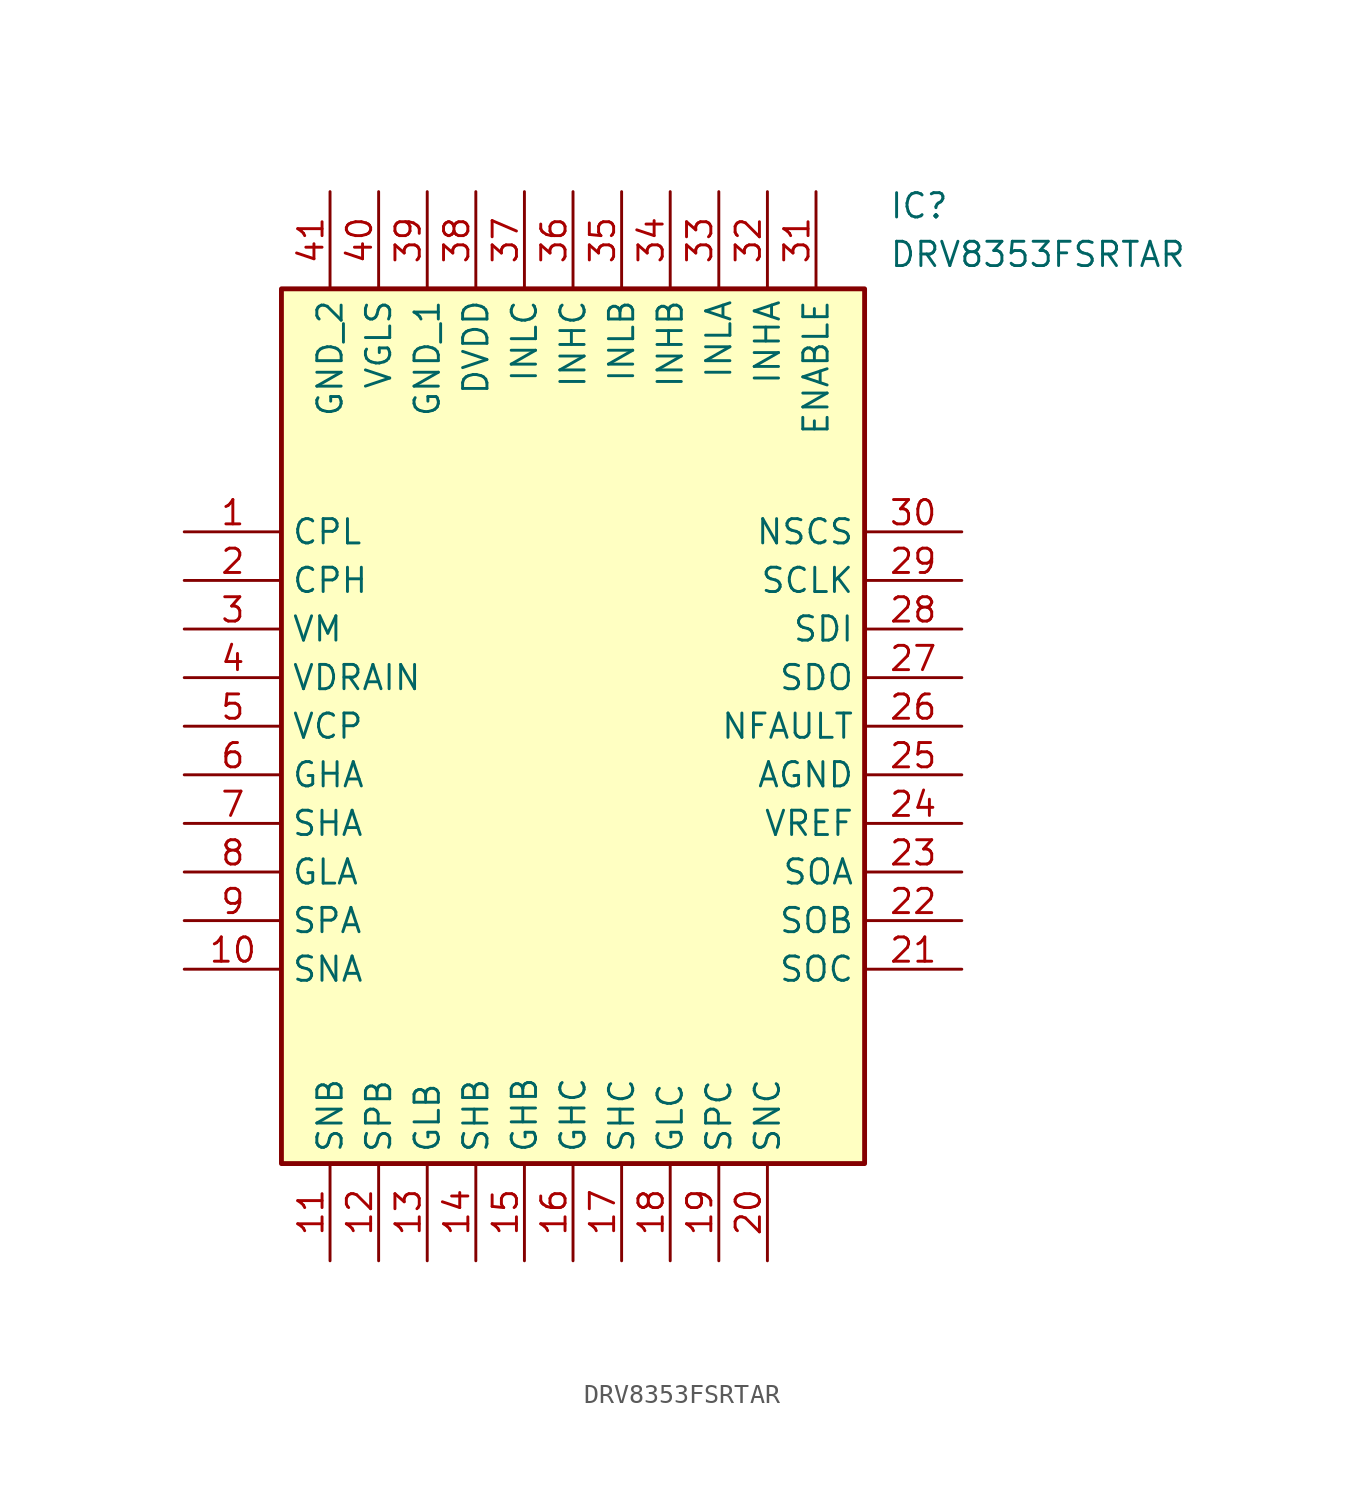
<source format=kicad_sym>
(kicad_symbol_lib
  (version 20211014)
  (generator SamacSys_ECAD_Model)
  (symbol "DRV8353FSRTAR"
    (property "Reference" "IC"
      (at 36.83 17.78 0)
      (effects (font (size 1.27 1.27)) (justify left top)))
    (property "Value" "DRV8353FSRTAR"
      (at 36.83 15.24 0)
      (effects (font (size 1.27 1.27)) (justify left top)))
    (rectangle
      (start 5.08 12.7)
      (end 35.56 -33.02)
      (stroke (width 0.254) (type default))
      (fill (type background)))
    (pin passive line
      (at 0 0 0)
      (length 5.08)
      (name "CPL" (effects (font (size 1.27 1.27))))
      (number "1" (effects (font (size 1.27 1.27)))))
    (pin passive line
      (at 0 -2.54 0)
      (length 5.08)
      (name "CPH" (effects (font (size 1.27 1.27))))
      (number "2" (effects (font (size 1.27 1.27)))))
    (pin passive line
      (at 0 -5.08 0)
      (length 5.08)
      (name "VM" (effects (font (size 1.27 1.27))))
      (number "3" (effects (font (size 1.27 1.27)))))
    (pin passive line
      (at 0 -7.62 0)
      (length 5.08)
      (name "VDRAIN" (effects (font (size 1.27 1.27))))
      (number "4" (effects (font (size 1.27 1.27)))))
    (pin passive line
      (at 0 -10.16 0)
      (length 5.08)
      (name "VCP" (effects (font (size 1.27 1.27))))
      (number "5" (effects (font (size 1.27 1.27)))))
    (pin passive line
      (at 0 -12.7 0)
      (length 5.08)
      (name "GHA" (effects (font (size 1.27 1.27))))
      (number "6" (effects (font (size 1.27 1.27)))))
    (pin passive line
      (at 0 -15.24 0)
      (length 5.08)
      (name "SHA" (effects (font (size 1.27 1.27))))
      (number "7" (effects (font (size 1.27 1.27)))))
    (pin passive line
      (at 0 -17.78 0)
      (length 5.08)
      (name "GLA" (effects (font (size 1.27 1.27))))
      (number "8" (effects (font (size 1.27 1.27)))))
    (pin passive line
      (at 0 -20.32 0)
      (length 5.08)
      (name "SPA" (effects (font (size 1.27 1.27))))
      (number "9" (effects (font (size 1.27 1.27)))))
    (pin passive line
      (at 0 -22.86 0)
      (length 5.08)
      (name "SNA" (effects (font (size 1.27 1.27))))
      (number "10" (effects (font (size 1.27 1.27)))))
    (pin passive line
      (at 7.62 -38.1 90)
      (length 5.08)
      (name "SNB" (effects (font (size 1.27 1.27))))
      (number "11" (effects (font (size 1.27 1.27)))))
    (pin passive line
      (at 10.16 -38.1 90)
      (length 5.08)
      (name "SPB" (effects (font (size 1.27 1.27))))
      (number "12" (effects (font (size 1.27 1.27)))))
    (pin passive line
      (at 12.7 -38.1 90)
      (length 5.08)
      (name "GLB" (effects (font (size 1.27 1.27))))
      (number "13" (effects (font (size 1.27 1.27)))))
    (pin passive line
      (at 15.24 -38.1 90)
      (length 5.08)
      (name "SHB" (effects (font (size 1.27 1.27))))
      (number "14" (effects (font (size 1.27 1.27)))))
    (pin passive line
      (at 17.78 -38.1 90)
      (length 5.08)
      (name "GHB" (effects (font (size 1.27 1.27))))
      (number "15" (effects (font (size 1.27 1.27)))))
    (pin passive line
      (at 20.32 -38.1 90)
      (length 5.08)
      (name "GHC" (effects (font (size 1.27 1.27))))
      (number "16" (effects (font (size 1.27 1.27)))))
    (pin passive line
      (at 22.86 -38.1 90)
      (length 5.08)
      (name "SHC" (effects (font (size 1.27 1.27))))
      (number "17" (effects (font (size 1.27 1.27)))))
    (pin passive line
      (at 25.4 -38.1 90)
      (length 5.08)
      (name "GLC" (effects (font (size 1.27 1.27))))
      (number "18" (effects (font (size 1.27 1.27)))))
    (pin passive line
      (at 27.94 -38.1 90)
      (length 5.08)
      (name "SPC" (effects (font (size 1.27 1.27))))
      (number "19" (effects (font (size 1.27 1.27)))))
    (pin passive line
      (at 30.48 -38.1 90)
      (length 5.08)
      (name "SNC" (effects (font (size 1.27 1.27))))
      (number "20" (effects (font (size 1.27 1.27)))))
    (pin passive line
      (at 40.64 0 180)
      (length 5.08)
      (name "NSCS" (effects (font (size 1.27 1.27))))
      (number "30" (effects (font (size 1.27 1.27)))))
    (pin passive line
      (at 40.64 -2.54 180)
      (length 5.08)
      (name "SCLK" (effects (font (size 1.27 1.27))))
      (number "29" (effects (font (size 1.27 1.27)))))
    (pin passive line
      (at 40.64 -5.08 180)
      (length 5.08)
      (name "SDI" (effects (font (size 1.27 1.27))))
      (number "28" (effects (font (size 1.27 1.27)))))
    (pin passive line
      (at 40.64 -7.62 180)
      (length 5.08)
      (name "SDO" (effects (font (size 1.27 1.27))))
      (number "27" (effects (font (size 1.27 1.27)))))
    (pin passive line
      (at 40.64 -10.16 180)
      (length 5.08)
      (name "NFAULT" (effects (font (size 1.27 1.27))))
      (number "26" (effects (font (size 1.27 1.27)))))
    (pin passive line
      (at 40.64 -12.7 180)
      (length 5.08)
      (name "AGND" (effects (font (size 1.27 1.27))))
      (number "25" (effects (font (size 1.27 1.27)))))
    (pin passive line
      (at 40.64 -15.24 180)
      (length 5.08)
      (name "VREF" (effects (font (size 1.27 1.27))))
      (number "24" (effects (font (size 1.27 1.27)))))
    (pin passive line
      (at 40.64 -17.78 180)
      (length 5.08)
      (name "SOA" (effects (font (size 1.27 1.27))))
      (number "23" (effects (font (size 1.27 1.27)))))
    (pin passive line
      (at 40.64 -20.32 180)
      (length 5.08)
      (name "SOB" (effects (font (size 1.27 1.27))))
      (number "22" (effects (font (size 1.27 1.27)))))
    (pin passive line
      (at 40.64 -22.86 180)
      (length 5.08)
      (name "SOC" (effects (font (size 1.27 1.27))))
      (number "21" (effects (font (size 1.27 1.27)))))
    (pin passive line
      (at 7.62 17.78 270)
      (length 5.08)
      (name "GND_2" (effects (font (size 1.27 1.27))))
      (number "41" (effects (font (size 1.27 1.27)))))
    (pin passive line
      (at 10.16 17.78 270)
      (length 5.08)
      (name "VGLS" (effects (font (size 1.27 1.27))))
      (number "40" (effects (font (size 1.27 1.27)))))
    (pin passive line
      (at 12.7 17.78 270)
      (length 5.08)
      (name "GND_1" (effects (font (size 1.27 1.27))))
      (number "39" (effects (font (size 1.27 1.27)))))
    (pin passive line
      (at 15.24 17.78 270)
      (length 5.08)
      (name "DVDD" (effects (font (size 1.27 1.27))))
      (number "38" (effects (font (size 1.27 1.27)))))
    (pin passive line
      (at 17.78 17.78 270)
      (length 5.08)
      (name "INLC" (effects (font (size 1.27 1.27))))
      (number "37" (effects (font (size 1.27 1.27)))))
    (pin passive line
      (at 20.32 17.78 270)
      (length 5.08)
      (name "INHC" (effects (font (size 1.27 1.27))))
      (number "36" (effects (font (size 1.27 1.27)))))
    (pin passive line
      (at 22.86 17.78 270)
      (length 5.08)
      (name "INLB" (effects (font (size 1.27 1.27))))
      (number "35" (effects (font (size 1.27 1.27)))))
    (pin passive line
      (at 25.4 17.78 270)
      (length 5.08)
      (name "INHB" (effects (font (size 1.27 1.27))))
      (number "34" (effects (font (size 1.27 1.27)))))
    (pin passive line
      (at 27.94 17.78 270)
      (length 5.08)
      (name "INLA" (effects (font (size 1.27 1.27))))
      (number "33" (effects (font (size 1.27 1.27)))))
    (pin passive line
      (at 30.48 17.78 270)
      (length 5.08)
      (name "INHA" (effects (font (size 1.27 1.27))))
      (number "32" (effects (font (size 1.27 1.27)))))
    (pin passive line
      (at 33.02 17.78 270)
      (length 5.08)
      (name "ENABLE" (effects (font (size 1.27 1.27))))
      (number "31" (effects (font (size 1.27 1.27)))))))
</source>
